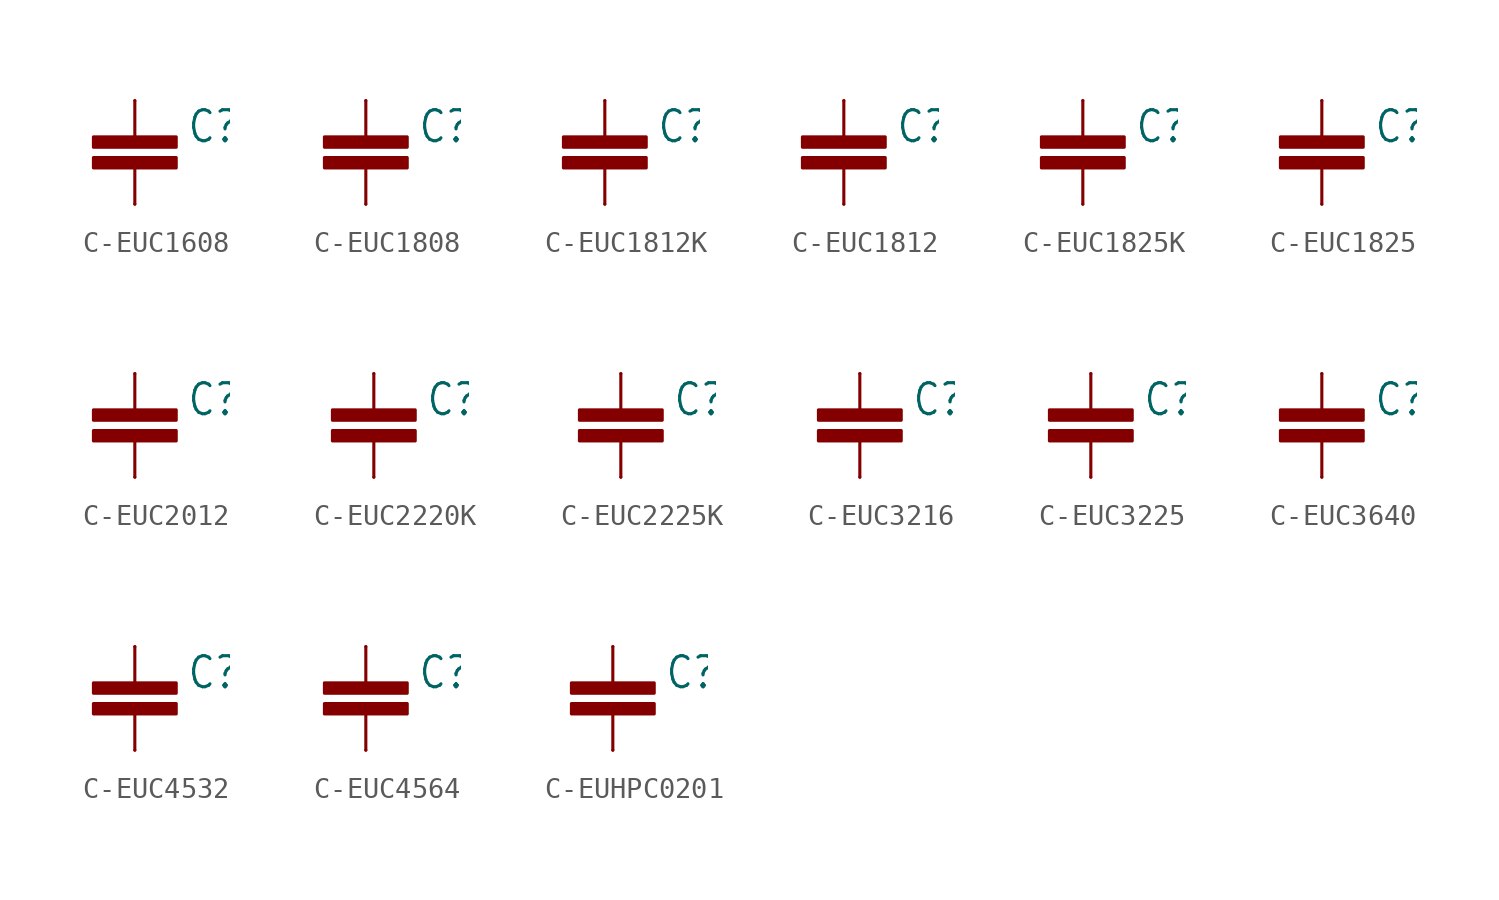
<source format=kicad_sym>
(kicad_symbol_lib
  (version 20220914)
  (generator kicad_symbol_editor)
  (symbol "C-EUC1608"
    (property "Reference" "C"
      (at 2.54 1.27 0)
      (effects (font (size 1.524 1.295)) (justify left)))
    (property "Value" ""
      (at 2.54 -1.27 0)
      (effects (font (size 1.524 1.295)) (justify left)))
    (property "ki_locked" ""
      (at 0 0 0)
      (effects (font (size 1.27 1.27))))
    (symbol "C-EUC1608_1_0"
      (rectangle (start -2.032 -0.762) (end 2.032 -0.254) (stroke (width 0) (type default)) (fill (type outline)))
      (rectangle (start -2.032 0.254) (end 2.032 0.762) (stroke (width 0) (type default)) (fill (type outline)))
      (polyline (pts (xy 0 -2.54) (xy 0 -0.762)) (stroke (width 0.152) (type solid)) (fill (type none)))
      (polyline (pts (xy 0 2.54) (xy 0 0.762)) (stroke (width 0.152) (type solid)) (fill (type none)))
      (pin passive line (at 0 2.54 270) (length 0) (name "1" (effects (font (size 0 0)))) (number "1" (effects (font (size 0 0)))))
      (pin passive line (at 0 -2.54 90) (length 0) (name "2" (effects (font (size 0 0)))) (number "2" (effects (font (size 0 0)))))))
  (symbol "C-EUC1808"
    (property "Reference" "C"
      (at 2.54 1.27 0)
      (effects (font (size 1.524 1.295)) (justify left)))
    (property "Value" ""
      (at 2.54 -1.27 0)
      (effects (font (size 1.524 1.295)) (justify left)))
    (property "ki_locked" ""
      (at 0 0 0)
      (effects (font (size 1.27 1.27))))
    (symbol "C-EUC1808_1_0"
      (rectangle (start -2.032 -0.762) (end 2.032 -0.254) (stroke (width 0) (type default)) (fill (type outline)))
      (rectangle (start -2.032 0.254) (end 2.032 0.762) (stroke (width 0) (type default)) (fill (type outline)))
      (polyline (pts (xy 0 -2.54) (xy 0 -0.762)) (stroke (width 0.152) (type solid)) (fill (type none)))
      (polyline (pts (xy 0 2.54) (xy 0 0.762)) (stroke (width 0.152) (type solid)) (fill (type none)))
      (pin passive line (at 0 2.54 270) (length 0) (name "1" (effects (font (size 0 0)))) (number "1" (effects (font (size 0 0)))))
      (pin passive line (at 0 -2.54 90) (length 0) (name "2" (effects (font (size 0 0)))) (number "2" (effects (font (size 0 0)))))))
  (symbol "C-EUC1812K"
    (property "Reference" "C"
      (at 2.54 1.27 0)
      (effects (font (size 1.524 1.295)) (justify left)))
    (property "Value" ""
      (at 2.54 -1.27 0)
      (effects (font (size 1.524 1.295)) (justify left)))
    (property "ki_locked" ""
      (at 0 0 0)
      (effects (font (size 1.27 1.27))))
    (symbol "C-EUC1812K_1_0"
      (rectangle (start -2.032 -0.762) (end 2.032 -0.254) (stroke (width 0) (type default)) (fill (type outline)))
      (rectangle (start -2.032 0.254) (end 2.032 0.762) (stroke (width 0) (type default)) (fill (type outline)))
      (polyline (pts (xy 0 -2.54) (xy 0 -0.762)) (stroke (width 0.152) (type solid)) (fill (type none)))
      (polyline (pts (xy 0 2.54) (xy 0 0.762)) (stroke (width 0.152) (type solid)) (fill (type none)))
      (pin passive line (at 0 2.54 270) (length 0) (name "1" (effects (font (size 0 0)))) (number "1" (effects (font (size 0 0)))))
      (pin passive line (at 0 -2.54 90) (length 0) (name "2" (effects (font (size 0 0)))) (number "2" (effects (font (size 0 0)))))))
  (symbol "C-EUC1812"
    (property "Reference" "C"
      (at 2.54 1.27 0)
      (effects (font (size 1.524 1.295)) (justify left)))
    (property "Value" ""
      (at 2.54 -1.27 0)
      (effects (font (size 1.524 1.295)) (justify left)))
    (property "ki_locked" ""
      (at 0 0 0)
      (effects (font (size 1.27 1.27))))
    (symbol "C-EUC1812_1_0"
      (rectangle (start -2.032 -0.762) (end 2.032 -0.254) (stroke (width 0) (type default)) (fill (type outline)))
      (rectangle (start -2.032 0.254) (end 2.032 0.762) (stroke (width 0) (type default)) (fill (type outline)))
      (polyline (pts (xy 0 -2.54) (xy 0 -0.762)) (stroke (width 0.152) (type solid)) (fill (type none)))
      (polyline (pts (xy 0 2.54) (xy 0 0.762)) (stroke (width 0.152) (type solid)) (fill (type none)))
      (pin passive line (at 0 2.54 270) (length 0) (name "1" (effects (font (size 0 0)))) (number "1" (effects (font (size 0 0)))))
      (pin passive line (at 0 -2.54 90) (length 0) (name "2" (effects (font (size 0 0)))) (number "2" (effects (font (size 0 0)))))))
  (symbol "C-EUC1825K"
    (property "Reference" "C"
      (at 2.54 1.27 0)
      (effects (font (size 1.524 1.295)) (justify left)))
    (property "Value" ""
      (at 2.54 -1.27 0)
      (effects (font (size 1.524 1.295)) (justify left)))
    (property "ki_locked" ""
      (at 0 0 0)
      (effects (font (size 1.27 1.27))))
    (symbol "C-EUC1825K_1_0"
      (rectangle (start -2.032 -0.762) (end 2.032 -0.254) (stroke (width 0) (type default)) (fill (type outline)))
      (rectangle (start -2.032 0.254) (end 2.032 0.762) (stroke (width 0) (type default)) (fill (type outline)))
      (polyline (pts (xy 0 -2.54) (xy 0 -0.762)) (stroke (width 0.152) (type solid)) (fill (type none)))
      (polyline (pts (xy 0 2.54) (xy 0 0.762)) (stroke (width 0.152) (type solid)) (fill (type none)))
      (pin passive line (at 0 2.54 270) (length 0) (name "1" (effects (font (size 0 0)))) (number "1" (effects (font (size 0 0)))))
      (pin passive line (at 0 -2.54 90) (length 0) (name "2" (effects (font (size 0 0)))) (number "2" (effects (font (size 0 0)))))))
  (symbol "C-EUC1825"
    (property "Reference" "C"
      (at 2.54 1.27 0)
      (effects (font (size 1.524 1.295)) (justify left)))
    (property "Value" ""
      (at 2.54 -1.27 0)
      (effects (font (size 1.524 1.295)) (justify left)))
    (property "ki_locked" ""
      (at 0 0 0)
      (effects (font (size 1.27 1.27))))
    (symbol "C-EUC1825_1_0"
      (rectangle (start -2.032 -0.762) (end 2.032 -0.254) (stroke (width 0) (type default)) (fill (type outline)))
      (rectangle (start -2.032 0.254) (end 2.032 0.762) (stroke (width 0) (type default)) (fill (type outline)))
      (polyline (pts (xy 0 -2.54) (xy 0 -0.762)) (stroke (width 0.152) (type solid)) (fill (type none)))
      (polyline (pts (xy 0 2.54) (xy 0 0.762)) (stroke (width 0.152) (type solid)) (fill (type none)))
      (pin passive line (at 0 2.54 270) (length 0) (name "1" (effects (font (size 0 0)))) (number "1" (effects (font (size 0 0)))))
      (pin passive line (at 0 -2.54 90) (length 0) (name "2" (effects (font (size 0 0)))) (number "2" (effects (font (size 0 0)))))))
  (symbol "C-EUC2012"
    (property "Reference" "C"
      (at 2.54 1.27 0)
      (effects (font (size 1.524 1.295)) (justify left)))
    (property "Value" ""
      (at 2.54 -1.27 0)
      (effects (font (size 1.524 1.295)) (justify left)))
    (property "ki_locked" ""
      (at 0 0 0)
      (effects (font (size 1.27 1.27))))
    (symbol "C-EUC2012_1_0"
      (rectangle (start -2.032 -0.762) (end 2.032 -0.254) (stroke (width 0) (type default)) (fill (type outline)))
      (rectangle (start -2.032 0.254) (end 2.032 0.762) (stroke (width 0) (type default)) (fill (type outline)))
      (polyline (pts (xy 0 -2.54) (xy 0 -0.762)) (stroke (width 0.152) (type solid)) (fill (type none)))
      (polyline (pts (xy 0 2.54) (xy 0 0.762)) (stroke (width 0.152) (type solid)) (fill (type none)))
      (pin passive line (at 0 2.54 270) (length 0) (name "1" (effects (font (size 0 0)))) (number "1" (effects (font (size 0 0)))))
      (pin passive line (at 0 -2.54 90) (length 0) (name "2" (effects (font (size 0 0)))) (number "2" (effects (font (size 0 0)))))))
  (symbol "C-EUC2220K"
    (property "Reference" "C"
      (at 2.54 1.27 0)
      (effects (font (size 1.524 1.295)) (justify left)))
    (property "Value" ""
      (at 2.54 -1.27 0)
      (effects (font (size 1.524 1.295)) (justify left)))
    (property "ki_locked" ""
      (at 0 0 0)
      (effects (font (size 1.27 1.27))))
    (symbol "C-EUC2220K_1_0"
      (rectangle (start -2.032 -0.762) (end 2.032 -0.254) (stroke (width 0) (type default)) (fill (type outline)))
      (rectangle (start -2.032 0.254) (end 2.032 0.762) (stroke (width 0) (type default)) (fill (type outline)))
      (polyline (pts (xy 0 -2.54) (xy 0 -0.762)) (stroke (width 0.152) (type solid)) (fill (type none)))
      (polyline (pts (xy 0 2.54) (xy 0 0.762)) (stroke (width 0.152) (type solid)) (fill (type none)))
      (pin passive line (at 0 2.54 270) (length 0) (name "1" (effects (font (size 0 0)))) (number "1" (effects (font (size 0 0)))))
      (pin passive line (at 0 -2.54 90) (length 0) (name "2" (effects (font (size 0 0)))) (number "2" (effects (font (size 0 0)))))))
  (symbol "C-EUC2225K"
    (property "Reference" "C"
      (at 2.54 1.27 0)
      (effects (font (size 1.524 1.295)) (justify left)))
    (property "Value" ""
      (at 2.54 -1.27 0)
      (effects (font (size 1.524 1.295)) (justify left)))
    (property "ki_locked" ""
      (at 0 0 0)
      (effects (font (size 1.27 1.27))))
    (symbol "C-EUC2225K_1_0"
      (rectangle (start -2.032 -0.762) (end 2.032 -0.254) (stroke (width 0) (type default)) (fill (type outline)))
      (rectangle (start -2.032 0.254) (end 2.032 0.762) (stroke (width 0) (type default)) (fill (type outline)))
      (polyline (pts (xy 0 -2.54) (xy 0 -0.762)) (stroke (width 0.152) (type solid)) (fill (type none)))
      (polyline (pts (xy 0 2.54) (xy 0 0.762)) (stroke (width 0.152) (type solid)) (fill (type none)))
      (pin passive line (at 0 2.54 270) (length 0) (name "1" (effects (font (size 0 0)))) (number "1" (effects (font (size 0 0)))))
      (pin passive line (at 0 -2.54 90) (length 0) (name "2" (effects (font (size 0 0)))) (number "2" (effects (font (size 0 0)))))))
  (symbol "C-EUC3216"
    (property "Reference" "C"
      (at 2.54 1.27 0)
      (effects (font (size 1.524 1.295)) (justify left)))
    (property "Value" ""
      (at 2.54 -1.27 0)
      (effects (font (size 1.524 1.295)) (justify left)))
    (property "ki_locked" ""
      (at 0 0 0)
      (effects (font (size 1.27 1.27))))
    (symbol "C-EUC3216_1_0"
      (rectangle (start -2.032 -0.762) (end 2.032 -0.254) (stroke (width 0) (type default)) (fill (type outline)))
      (rectangle (start -2.032 0.254) (end 2.032 0.762) (stroke (width 0) (type default)) (fill (type outline)))
      (polyline (pts (xy 0 -2.54) (xy 0 -0.762)) (stroke (width 0.152) (type solid)) (fill (type none)))
      (polyline (pts (xy 0 2.54) (xy 0 0.762)) (stroke (width 0.152) (type solid)) (fill (type none)))
      (pin passive line (at 0 2.54 270) (length 0) (name "1" (effects (font (size 0 0)))) (number "1" (effects (font (size 0 0)))))
      (pin passive line (at 0 -2.54 90) (length 0) (name "2" (effects (font (size 0 0)))) (number "2" (effects (font (size 0 0)))))))
  (symbol "C-EUC3225"
    (property "Reference" "C"
      (at 2.54 1.27 0)
      (effects (font (size 1.524 1.295)) (justify left)))
    (property "Value" ""
      (at 2.54 -1.27 0)
      (effects (font (size 1.524 1.295)) (justify left)))
    (property "ki_locked" ""
      (at 0 0 0)
      (effects (font (size 1.27 1.27))))
    (symbol "C-EUC3225_1_0"
      (rectangle (start -2.032 -0.762) (end 2.032 -0.254) (stroke (width 0) (type default)) (fill (type outline)))
      (rectangle (start -2.032 0.254) (end 2.032 0.762) (stroke (width 0) (type default)) (fill (type outline)))
      (polyline (pts (xy 0 -2.54) (xy 0 -0.762)) (stroke (width 0.152) (type solid)) (fill (type none)))
      (polyline (pts (xy 0 2.54) (xy 0 0.762)) (stroke (width 0.152) (type solid)) (fill (type none)))
      (pin passive line (at 0 2.54 270) (length 0) (name "1" (effects (font (size 0 0)))) (number "1" (effects (font (size 0 0)))))
      (pin passive line (at 0 -2.54 90) (length 0) (name "2" (effects (font (size 0 0)))) (number "2" (effects (font (size 0 0)))))))
  (symbol "C-EUC3640"
    (property "Reference" "C"
      (at 2.54 1.27 0)
      (effects (font (size 1.524 1.295)) (justify left)))
    (property "Value" ""
      (at 2.54 -1.27 0)
      (effects (font (size 1.524 1.295)) (justify left)))
    (property "ki_locked" ""
      (at 0 0 0)
      (effects (font (size 1.27 1.27))))
    (symbol "C-EUC3640_1_0"
      (rectangle (start -2.032 -0.762) (end 2.032 -0.254) (stroke (width 0) (type default)) (fill (type outline)))
      (rectangle (start -2.032 0.254) (end 2.032 0.762) (stroke (width 0) (type default)) (fill (type outline)))
      (polyline (pts (xy 0 -2.54) (xy 0 -0.762)) (stroke (width 0.152) (type solid)) (fill (type none)))
      (polyline (pts (xy 0 2.54) (xy 0 0.762)) (stroke (width 0.152) (type solid)) (fill (type none)))
      (pin passive line (at 0 2.54 270) (length 0) (name "1" (effects (font (size 0 0)))) (number "1" (effects (font (size 0 0)))))
      (pin passive line (at 0 -2.54 90) (length 0) (name "2" (effects (font (size 0 0)))) (number "2" (effects (font (size 0 0)))))))
  (symbol "C-EUC4532"
    (property "Reference" "C"
      (at 2.54 1.27 0)
      (effects (font (size 1.524 1.295)) (justify left)))
    (property "Value" ""
      (at 2.54 -1.27 0)
      (effects (font (size 1.524 1.295)) (justify left)))
    (property "ki_locked" ""
      (at 0 0 0)
      (effects (font (size 1.27 1.27))))
    (symbol "C-EUC4532_1_0"
      (rectangle (start -2.032 -0.762) (end 2.032 -0.254) (stroke (width 0) (type default)) (fill (type outline)))
      (rectangle (start -2.032 0.254) (end 2.032 0.762) (stroke (width 0) (type default)) (fill (type outline)))
      (polyline (pts (xy 0 -2.54) (xy 0 -0.762)) (stroke (width 0.152) (type solid)) (fill (type none)))
      (polyline (pts (xy 0 2.54) (xy 0 0.762)) (stroke (width 0.152) (type solid)) (fill (type none)))
      (pin passive line (at 0 2.54 270) (length 0) (name "1" (effects (font (size 0 0)))) (number "1" (effects (font (size 0 0)))))
      (pin passive line (at 0 -2.54 90) (length 0) (name "2" (effects (font (size 0 0)))) (number "2" (effects (font (size 0 0)))))))
  (symbol "C-EUC4564"
    (property "Reference" "C"
      (at 2.54 1.27 0)
      (effects (font (size 1.524 1.295)) (justify left)))
    (property "Value" ""
      (at 2.54 -1.27 0)
      (effects (font (size 1.524 1.295)) (justify left)))
    (property "ki_locked" ""
      (at 0 0 0)
      (effects (font (size 1.27 1.27))))
    (symbol "C-EUC4564_1_0"
      (rectangle (start -2.032 -0.762) (end 2.032 -0.254) (stroke (width 0) (type default)) (fill (type outline)))
      (rectangle (start -2.032 0.254) (end 2.032 0.762) (stroke (width 0) (type default)) (fill (type outline)))
      (polyline (pts (xy 0 -2.54) (xy 0 -0.762)) (stroke (width 0.152) (type solid)) (fill (type none)))
      (polyline (pts (xy 0 2.54) (xy 0 0.762)) (stroke (width 0.152) (type solid)) (fill (type none)))
      (pin passive line (at 0 2.54 270) (length 0) (name "1" (effects (font (size 0 0)))) (number "1" (effects (font (size 0 0)))))
      (pin passive line (at 0 -2.54 90) (length 0) (name "2" (effects (font (size 0 0)))) (number "2" (effects (font (size 0 0)))))))
  (symbol "C-EUHPC0201"
    (property "Reference" "C"
      (at 2.54 1.27 0)
      (effects (font (size 1.524 1.295)) (justify left)))
    (property "Value" ""
      (at 2.54 -1.27 0)
      (effects (font (size 1.524 1.295)) (justify left)))
    (property "ki_locked" ""
      (at 0 0 0)
      (effects (font (size 1.27 1.27))))
    (symbol "C-EUHPC0201_1_0"
      (rectangle (start -2.032 -0.762) (end 2.032 -0.254) (stroke (width 0) (type default)) (fill (type outline)))
      (rectangle (start -2.032 0.254) (end 2.032 0.762) (stroke (width 0) (type default)) (fill (type outline)))
      (polyline (pts (xy 0 -2.54) (xy 0 -0.762)) (stroke (width 0.152) (type solid)) (fill (type none)))
      (polyline (pts (xy 0 2.54) (xy 0 0.762)) (stroke (width 0.152) (type solid)) (fill (type none)))
      (pin passive line (at 0 2.54 270) (length 0) (name "1" (effects (font (size 0 0)))) (number "1" (effects (font (size 0 0)))))
      (pin passive line (at 0 -2.54 90) (length 0) (name "2" (effects (font (size 0 0)))) (number "2" (effects (font (size 0 0))))))))
</source>
